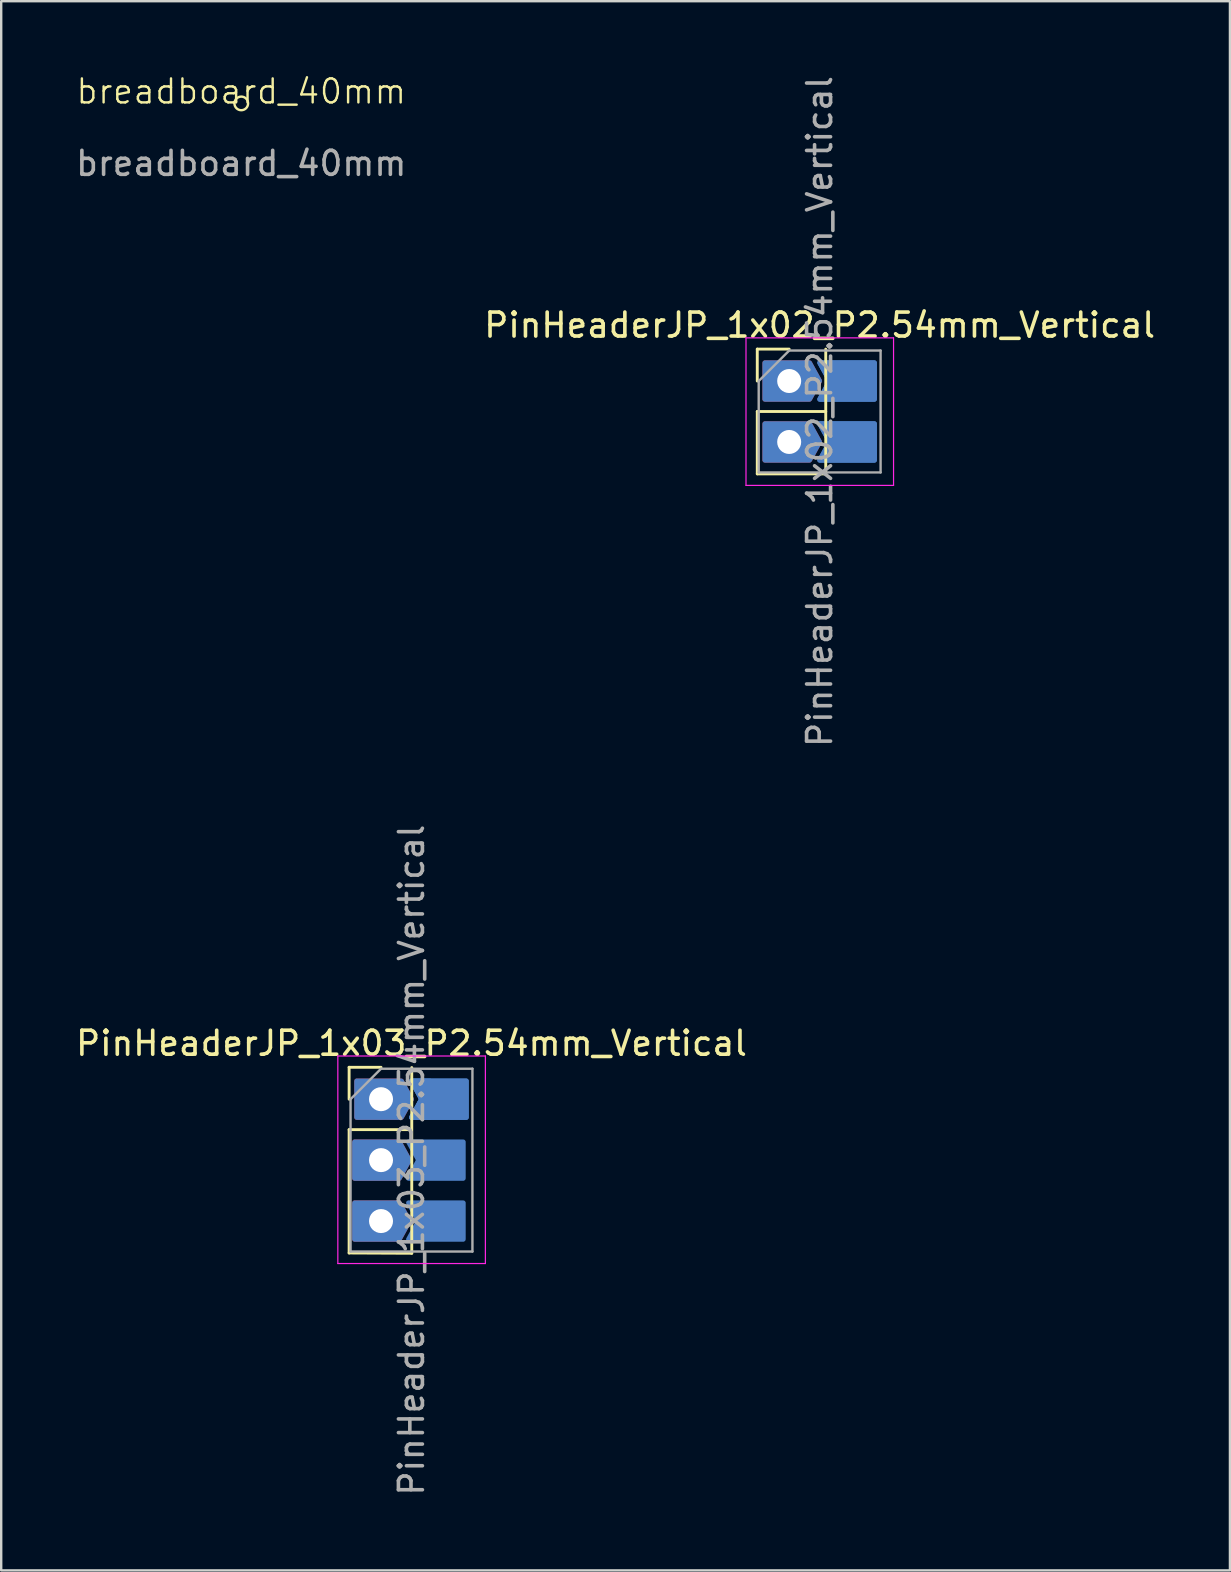
<source format=kicad_pcb>
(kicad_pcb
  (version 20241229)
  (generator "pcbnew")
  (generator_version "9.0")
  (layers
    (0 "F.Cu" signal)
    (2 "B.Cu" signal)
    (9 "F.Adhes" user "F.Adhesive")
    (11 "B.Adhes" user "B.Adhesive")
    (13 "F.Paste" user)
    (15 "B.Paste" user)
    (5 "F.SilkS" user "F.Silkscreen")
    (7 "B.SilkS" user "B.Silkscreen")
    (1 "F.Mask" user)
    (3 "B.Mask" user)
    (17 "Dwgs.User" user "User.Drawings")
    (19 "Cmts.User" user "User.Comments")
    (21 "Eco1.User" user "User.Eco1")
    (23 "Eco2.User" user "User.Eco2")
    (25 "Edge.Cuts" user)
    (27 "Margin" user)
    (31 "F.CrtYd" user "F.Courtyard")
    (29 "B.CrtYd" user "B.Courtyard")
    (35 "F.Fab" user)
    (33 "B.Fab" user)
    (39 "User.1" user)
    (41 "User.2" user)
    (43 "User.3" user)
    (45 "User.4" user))
  (footprint "breadboard_40mm"
    (layer "F.Cu")
    (at 7.006 1.26)
    (property "Reference" "breadboard_40mm" (at 0 -0.5 0) (unlocked yes) (layer "F.SilkS") (effects (font (size 1 1) (thickness 0.1))))
    (fp_circle (center 0 0) (end 0.254 0.127) (stroke (width 0.1) (type default)) (fill no) (layer "F.SilkS"))
    (fp_text user "${REFERENCE}" (at 0 2.5 0) (unlocked yes) (layer "F.Fab") (effects (font (size 1 1) (thickness 0.15)))))
  (footprint "PinHeaderJP_1x02_P2.54mm_Vertical"
    (layer "F.Cu")
    (at 29.843 12.831)
    (property "Reference" "PinHeaderJP_1x02_P2.54mm_Vertical" (at 1.27 -2.33 0) (layer "F.SilkS") (effects (font (size 1 1) (thickness 0.15))))
    (attr through_hole)
    (fp_poly (pts (xy 1.27 -0.762) (xy 1.69 0) (xy 1.27 0.762) (xy 3.556 0.762) (xy 3.556 -0.762)) (stroke (width 0.2) (type solid)) (fill yes) (layer "B.Cu"))
    (fp_poly (pts (xy 1.27 1.778) (xy 1.69 2.54) (xy 1.27 3.302) (xy 3.556 3.302) (xy 3.556 1.778)) (stroke (width 0.2) (type solid)) (fill yes) (layer "B.Cu"))
    (fp_line (start -1.33 -1.33) (end 0 -1.33) (stroke (width 0.12) (type solid)) (layer "F.SilkS"))
    (fp_line (start -1.33 0) (end -1.33 -1.33) (stroke (width 0.12) (type solid)) (layer "F.SilkS"))
    (fp_line (start -1.33 1.27) (end -1.33 3.87) (stroke (width 0.12) (type solid)) (layer "F.SilkS"))
    (fp_line (start -1.33 1.27) (end 1.524 1.27) (stroke (width 0.12) (type solid)) (layer "F.SilkS"))
    (fp_line (start -1.33 3.87) (end 1.524 3.87) (stroke (width 0.12) (type solid)) (layer "F.SilkS"))
    (fp_line (start 1.524 -1.33) (end 1.524 3.87) (stroke (width 0.12) (type solid)) (layer "F.SilkS"))
    (fp_line (start -1.8 -1.8) (end -1.8 4.35) (stroke (width 0.05) (type solid)) (layer "F.CrtYd"))
    (fp_line (start -1.8 4.35) (end 4.35 4.35) (stroke (width 0.05) (type solid)) (layer "F.CrtYd"))
    (fp_line (start 4.35 -1.8) (end -1.8 -1.8) (stroke (width 0.05) (type solid)) (layer "F.CrtYd"))
    (fp_line (start 4.35 4.35) (end 4.35 -1.8) (stroke (width 0.05) (type solid)) (layer "F.CrtYd"))
    (fp_line (start -1.27 0) (end 0 -1.27) (stroke (width 0.1) (type solid)) (layer "F.Fab"))
    (fp_line (start -1.27 3.81) (end -1.27 0) (stroke (width 0.1) (type solid)) (layer "F.Fab"))
    (fp_line (start 0 -1.27) (end 3.81 -1.27) (stroke (width 0.1) (type solid)) (layer "F.Fab"))
    (fp_line (start 3.81 -1.27) (end 3.81 3.81) (stroke (width 0.1) (type solid)) (layer "F.Fab"))
    (fp_line (start 3.81 3.81) (end -1.27 3.81) (stroke (width 0.1) (type solid)) (layer "F.Fab"))
    (fp_text user "${REFERENCE}" (at 1.27 1.27 90) (layer "F.Fab") (effects (font (size 1 1) (thickness 0.15))))
    (pad "1" thru_hole custom (at 0 0) (size 1.7 1.7) (drill 1) (layers "*.Cu" "*.Mask") (options (anchor rect)) (primitives (gr_poly (pts (xy -1.016 -0.762) (xy -1.016 0.762) (xy 0.85 0.762) (xy 1.27 0) (xy 0.85 -0.762)) (width 0.2) (fill yes))))
    (pad "2" smd custom (at 2.54 0) (size 1.7 1.7) (layers "B.Cu" "B.Mask" "B.Paste") (options (anchor circle)) (primitives (gr_poly (pts (xy 0.85 0) (xy 0.831 -0.177) (xy 0.777 -0.346) (xy 0.688 -0.5) (xy 0.569 -0.632) (xy 0.425 -0.736) (xy 0.263 -0.808) (xy 0.089 -0.845) (xy -0.089 -0.845) (xy -0.263 -0.808) (xy -0.425 -0.736) (xy -0.569 -0.632) (xy -0.688 -0.5) (xy -0.777 -0.346) (xy -0.831 -0.177) (xy -0.85 0) (xy -0.831 0.177) (xy -0.777 0.346) (xy -0.688 0.5) (xy -0.569 0.632) (xy -0.425 0.736) (xy -0.263 0.808) (xy -0.089 0.845) (xy 0.089 0.845) (xy 0.263 0.808) (xy 0.425 0.736) (xy 0.569 0.632) (xy 0.688 0.5) (xy 0.777 0.346) (xy 0.831 0.177) (xy 0.85 0)) (width 0) (fill yes)) (gr_poly (pts (xy -1.27 -0.762) (xy -0.85 0) (xy -1.27 0.762) (xy 1.016 0.762) (xy 1.016 -0.762)) (width 0.2) (fill yes))))
    (pad "3" thru_hole custom (at 0 2.54) (size 1.7 1.7) (drill 1) (layers "*.Cu" "*.Mask") (options (anchor circle)) (primitives (gr_poly (pts (xy 0.85 0) (xy 0.831 -0.177) (xy 0.777 -0.346) (xy 0.688 -0.5) (xy 0.569 -0.632) (xy 0.425 -0.736) (xy 0.263 -0.808) (xy 0.089 -0.845) (xy -0.089 -0.845) (xy -0.263 -0.808) (xy -0.425 -0.736) (xy -0.569 -0.632) (xy -0.688 -0.5) (xy -0.777 -0.346) (xy -0.831 -0.177) (xy -0.85 0) (xy -0.831 0.177) (xy -0.777 0.346) (xy -0.688 0.5) (xy -0.569 0.632) (xy -0.425 0.736) (xy -0.263 0.808) (xy -0.089 0.845) (xy 0.089 0.845) (xy 0.263 0.808) (xy 0.425 0.736) (xy 0.569 0.632) (xy 0.688 0.5) (xy 0.777 0.346) (xy 0.831 0.177) (xy 0.85 0)) (width 0) (fill yes)) (gr_poly (pts (xy -1.016 -0.762) (xy -1.016 0.762) (xy 0.85 0.762) (xy 1.27 0) (xy 0.85 -0.762)) (width 0.2) (fill yes))))
    (pad "4" smd custom (at 2.54 2.54) (size 1.7 1.7) (layers "B.Cu" "B.Mask" "B.Paste") (options (anchor circle)) (primitives (gr_poly (pts (xy 0.85 0) (xy 0.831 -0.177) (xy 0.777 -0.346) (xy 0.688 -0.5) (xy 0.569 -0.632) (xy 0.425 -0.736) (xy 0.263 -0.808) (xy 0.089 -0.845) (xy -0.089 -0.845) (xy -0.263 -0.808) (xy -0.425 -0.736) (xy -0.569 -0.632) (xy -0.688 -0.5) (xy -0.777 -0.346) (xy -0.831 -0.177) (xy -0.85 0) (xy -0.831 0.177) (xy -0.777 0.346) (xy -0.688 0.5) (xy -0.569 0.632) (xy -0.425 0.736) (xy -0.263 0.808) (xy -0.089 0.845) (xy 0.089 0.845) (xy 0.263 0.808) (xy 0.425 0.736) (xy 0.569 0.632) (xy 0.688 0.5) (xy 0.777 0.346) (xy 0.831 0.177) (xy 0.85 0)) (width 0) (fill yes)) (gr_poly (pts (xy -1.27 -0.762) (xy -0.85 0) (xy -1.27 0.762) (xy 1.016 0.762) (xy 1.016 -0.762)) (width 0.2) (fill yes)))))
  (footprint "PinHeaderJP_1x03_P2.54mm_Vertical"
    (layer "F.Cu")
    (at 12.831 42.764)
    (property "Reference" "PinHeaderJP_1x03_P2.54mm_Vertical" (at 1.27 -2.33 0) (layer "F.SilkS") (effects (font (size 1 1) (thickness 0.15))))
    (attr through_hole)
    (fp_poly (pts (xy 1.27 -0.762) (xy 1.69 0) (xy 1.27 0.762) (xy 2.032 0.762) (xy 2.032 -0.762)) (stroke (width 0.2) (type solid)) (fill yes) (layer "B.Cu"))
    (fp_poly (pts (xy 1.27 -0.762) (xy 1.69 0) (xy 1.27 0.762) (xy 3.556 0.762) (xy 3.556 -0.762)) (stroke (width 0.2) (type solid)) (fill yes) (layer "B.Cu"))
    (fp_line (start -1.33 -1.33) (end 0 -1.33) (stroke (width 0.12) (type solid)) (layer "F.SilkS"))
    (fp_line (start -1.33 0) (end -1.33 -1.33) (stroke (width 0.12) (type solid)) (layer "F.SilkS"))
    (fp_line (start -1.33 1.27) (end -1.33 6.41) (stroke (width 0.12) (type solid)) (layer "F.SilkS"))
    (fp_line (start -1.33 1.27) (end 1.27 1.27) (stroke (width 0.12) (type solid)) (layer "F.SilkS"))
    (fp_line (start -1.33 6.41) (end 1.281 6.422) (stroke (width 0.12) (type solid)) (layer "F.SilkS"))
    (fp_line (start 1.281 -1.318) (end 1.281 6.422) (stroke (width 0.12) (type solid)) (layer "F.SilkS"))
    (fp_line (start -1.8 -1.8) (end -1.8 6.85) (stroke (width 0.05) (type solid)) (layer "F.CrtYd"))
    (fp_line (start -1.8 6.85) (end 4.35 6.85) (stroke (width 0.05) (type solid)) (layer "F.CrtYd"))
    (fp_line (start 4.35 -1.8) (end -1.8 -1.8) (stroke (width 0.05) (type solid)) (layer "F.CrtYd"))
    (fp_line (start 4.35 6.85) (end 4.35 -1.8) (stroke (width 0.05) (type solid)) (layer "F.CrtYd"))
    (fp_line (start -1.27 0) (end 0 -1.27) (stroke (width 0.1) (type solid)) (layer "F.Fab"))
    (fp_line (start -1.27 6.35) (end -1.27 0) (stroke (width 0.1) (type solid)) (layer "F.Fab"))
    (fp_line (start 0 -1.27) (end 3.81 -1.27) (stroke (width 0.1) (type solid)) (layer "F.Fab"))
    (fp_line (start 3.81 -1.27) (end 3.81 6.35) (stroke (width 0.1) (type solid)) (layer "F.Fab"))
    (fp_line (start 3.81 6.35) (end -1.27 6.35) (stroke (width 0.1) (type solid)) (layer "F.Fab"))
    (fp_text user "${REFERENCE}" (at 1.27 2.54 90) (layer "F.Fab") (effects (font (size 1 1) (thickness 0.15))))
    (pad "1" thru_hole custom (at 0 0) (size 1.7 1.7) (drill 1) (layers "*.Cu" "*.Mask") (options (anchor rect)) (primitives (gr_poly (pts (xy -1.016 -0.762) (xy -1.016 0.762) (xy 0.85 0.762) (xy 1.27 0) (xy 0.85 -0.762)) (width 0.2) (fill yes))))
    (pad "2" smd custom (at 2.54 0) (size 1.7 1.7) (layers "B.Cu" "B.Mask" "B.Paste") (options (anchor circle)) (primitives (gr_poly (pts (xy 0.85 0) (xy 0.831 -0.177) (xy 0.777 -0.346) (xy 0.688 -0.5) (xy 0.569 -0.632) (xy 0.425 -0.736) (xy 0.263 -0.808) (xy 0.089 -0.845) (xy -0.089 -0.845) (xy -0.263 -0.808) (xy -0.425 -0.736) (xy -0.569 -0.632) (xy -0.688 -0.5) (xy -0.777 -0.346) (xy -0.831 -0.177) (xy -0.85 0) (xy -0.831 0.177) (xy -0.777 0.346) (xy -0.688 0.5) (xy -0.569 0.632) (xy -0.425 0.736) (xy -0.263 0.808) (xy -0.089 0.845) (xy 0.089 0.845) (xy 0.263 0.808) (xy 0.425 0.736) (xy 0.569 0.632) (xy 0.688 0.5) (xy 0.777 0.346) (xy 0.831 0.177) (xy 0.85 0)) (width 0) (fill yes)) (gr_poly (pts (xy -1.27 -0.762) (xy -0.85 0) (xy -1.27 0.762) (xy 1.016 0.762) (xy 1.016 -0.762)) (width 0.2) (fill yes))))
    (pad "3" thru_hole custom (at 0 2.54) (size 1.7 1.7) (drill 1) (layers "*.Cu" "*.Mask") (options (anchor circle)) (primitives (gr_poly (pts (xy 0.85 0) (xy 0.831 -0.177) (xy 0.777 -0.346) (xy 0.688 -0.5) (xy 0.569 -0.632) (xy 0.425 -0.736) (xy 0.263 -0.808) (xy 0.089 -0.845) (xy -0.089 -0.845) (xy -0.263 -0.808) (xy -0.425 -0.736) (xy -0.569 -0.632) (xy -0.688 -0.5) (xy -0.777 -0.346) (xy -0.831 -0.177) (xy -0.85 0) (xy -0.831 0.177) (xy -0.777 0.346) (xy -0.688 0.5) (xy -0.569 0.632) (xy -0.425 0.736) (xy -0.263 0.808) (xy -0.089 0.845) (xy 0.089 0.845) (xy 0.263 0.808) (xy 0.425 0.736) (xy 0.569 0.632) (xy 0.688 0.5) (xy 0.777 0.346) (xy 0.831 0.177) (xy 0.85 0)) (width 0) (fill yes)) (gr_poly (pts (xy -1.104 -0.762) (xy -1.104 0.762) (xy 0.762 0.762) (xy 1.182 0) (xy 0.762 -0.762)) (width 0.2) (fill yes))))
    (pad "4" smd custom (at 2.413 2.54) (size 1.7 1.7) (layers "B.Cu" "B.Mask" "B.Paste") (options (anchor circle)) (primitives (gr_poly (pts (xy 0.85 0) (xy 0.831 -0.177) (xy 0.777 -0.346) (xy 0.688 -0.5) (xy 0.569 -0.632) (xy 0.425 -0.736) (xy 0.263 -0.808) (xy 0.089 -0.845) (xy -0.089 -0.845) (xy -0.263 -0.808) (xy -0.425 -0.736) (xy -0.569 -0.632) (xy -0.688 -0.5) (xy -0.777 -0.346) (xy -0.831 -0.177) (xy -0.85 0) (xy -0.831 0.177) (xy -0.777 0.346) (xy -0.688 0.5) (xy -0.569 0.632) (xy -0.425 0.736) (xy -0.263 0.808) (xy -0.089 0.845) (xy 0.089 0.845) (xy 0.263 0.808) (xy 0.425 0.736) (xy 0.569 0.632) (xy 0.688 0.5) (xy 0.777 0.346) (xy 0.831 0.177) (xy 0.85 0)) (width 0) (fill yes)) (gr_poly (pts (xy -1.27 -0.762) (xy -0.85 0) (xy -1.27 0.762) (xy 1.016 0.762) (xy 1.016 -0.762)) (width 0.2) (fill yes))))
    (pad "5" thru_hole custom (at 0 5.08) (size 1.7 1.7) (drill 1) (layers "*.Cu" "*.Mask") (options (anchor circle)) (primitives (gr_poly (pts (xy 0.85 0) (xy 0.831 -0.177) (xy 0.777 -0.346) (xy 0.688 -0.5) (xy 0.569 -0.632) (xy 0.425 -0.736) (xy 0.263 -0.808) (xy 0.089 -0.845) (xy -0.089 -0.845) (xy -0.263 -0.808) (xy -0.425 -0.736) (xy -0.569 -0.632) (xy -0.688 -0.5) (xy -0.777 -0.346) (xy -0.831 -0.177) (xy -0.85 0) (xy -0.831 0.177) (xy -0.777 0.346) (xy -0.688 0.5) (xy -0.569 0.632) (xy -0.425 0.736) (xy -0.263 0.808) (xy -0.089 0.845) (xy 0.089 0.845) (xy 0.263 0.808) (xy 0.425 0.736) (xy 0.569 0.632) (xy 0.688 0.5) (xy 0.777 0.346) (xy 0.831 0.177) (xy 0.85 0)) (width 0) (fill yes)) (gr_poly (pts (xy -1.104 -0.762) (xy -1.104 0.762) (xy 0.762 0.762) (xy 1.182 0) (xy 0.762 -0.762)) (width 0.2) (fill yes))))
    (pad "6" smd custom (at 2.413 5.08) (size 1.7 1.7) (layers "B.Cu" "B.Mask" "B.Paste") (options (anchor circle)) (primitives (gr_poly (pts (xy 0.85 0) (xy 0.831 -0.177) (xy 0.777 -0.346) (xy 0.688 -0.5) (xy 0.569 -0.632) (xy 0.425 -0.736) (xy 0.263 -0.808) (xy 0.089 -0.845) (xy -0.089 -0.845) (xy -0.263 -0.808) (xy -0.425 -0.736) (xy -0.569 -0.632) (xy -0.688 -0.5) (xy -0.777 -0.346) (xy -0.831 -0.177) (xy -0.85 0) (xy -0.831 0.177) (xy -0.777 0.346) (xy -0.688 0.5) (xy -0.569 0.632) (xy -0.425 0.736) (xy -0.263 0.808) (xy -0.089 0.845) (xy 0.089 0.845) (xy 0.263 0.808) (xy 0.425 0.736) (xy 0.569 0.632) (xy 0.688 0.5) (xy 0.777 0.346) (xy 0.831 0.177) (xy 0.85 0)) (width 0) (fill yes)) (gr_poly (pts (xy -1.27 -0.762) (xy -0.85 0) (xy -1.27 0.762) (xy 1.016 0.762) (xy 1.016 -0.762)) (width 0.2) (fill yes)))))
  (gr_rect
    (start -3 -3)
    (end 48.214 62.405)
    (stroke (width 0.1) (type default))
    (fill no)
    (layer "Edge.Cuts")))
</source>
